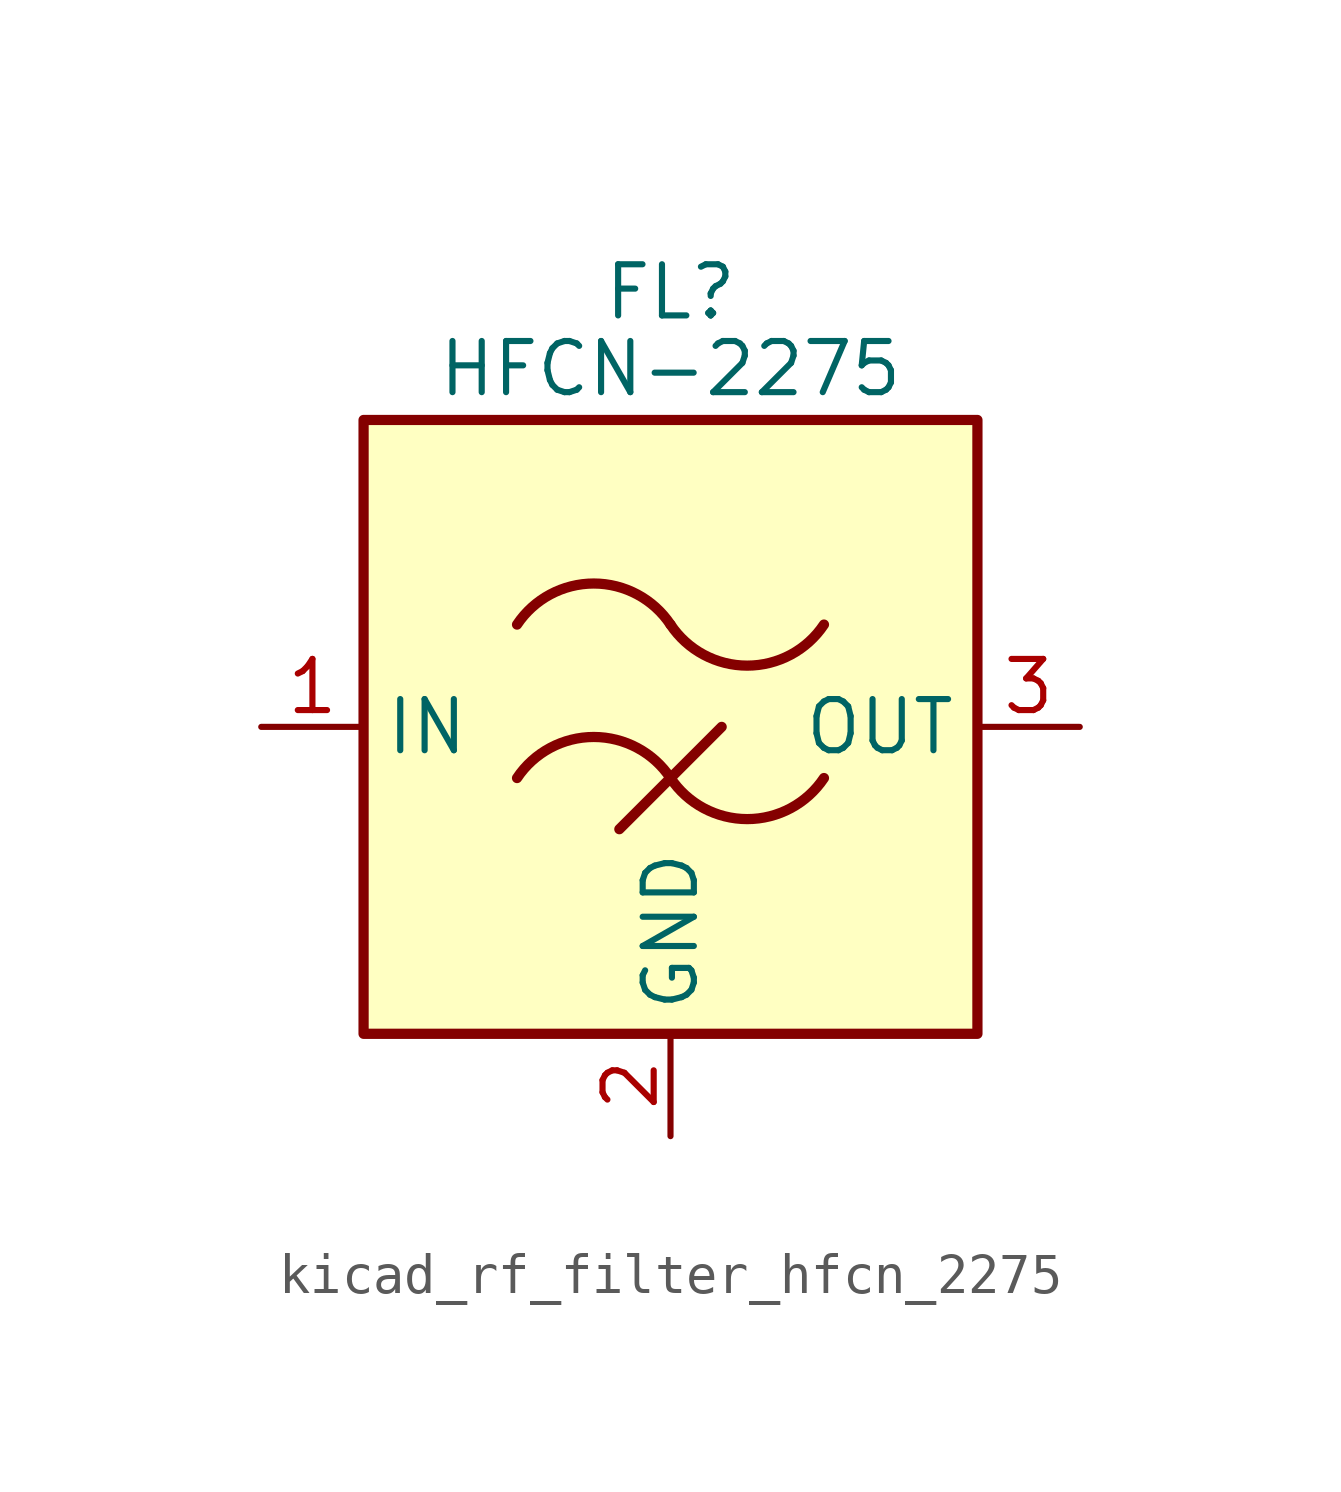
<source format=kicad_sym>
(kicad_symbol_lib
  (version 20220914)
  (generator kicad_symbol_editor)
  (symbol "kicad_rf_filter_hfcn_2275"
    (property "Reference" "FL"
      (at 0 10.795 0)
      (effects (font (size 1.27 1.27))))
    (property "Value" "HFCN-2275"
      (at 0 8.89 0)
      (effects (font (size 1.27 1.27))))
    (symbol "kicad_rf_filter_hfcn_2275_0_1"
      (rectangle (start -7.62 7.62) (end 7.62 -7.62) (stroke (width 0.254) (type default)) (fill (type background)))
      (arc (start 0 -1.27) (mid -1.905 -0.2505) (end -3.81 -1.27) (stroke (width 0.254) (type default)) (fill (type none)))
      (arc (start 0 -1.27) (mid 1.905 -2.2895) (end 3.81 -1.27) (stroke (width 0.254) (type default)) (fill (type none)))
      (polyline (pts (xy -1.27 -2.54) (xy 1.27 0)) (stroke (width 0.254) (type default)) (fill (type none)))
      (arc (start 0 2.54) (mid -1.905 3.5595) (end -3.81 2.54) (stroke (width 0.254) (type default)) (fill (type none)))
      (arc (start 0 2.54) (mid 1.905 1.5205) (end 3.81 2.54) (stroke (width 0.254) (type default)) (fill (type none))))
    (symbol "kicad_rf_filter_hfcn_2275_1_1"
      (pin passive line (at -10.16 0 0) (length 2.54) (name "IN" (effects (font (size 1.27 1.27)))) (number "1" (effects (font (size 1.27 1.27)))))
      (pin passive line (at 0 -10.16 90) (length 2.54) (name "GND" (effects (font (size 1.27 1.27)))) (number "2" (effects (font (size 1.27 1.27)))))
      (pin passive line (at 10.16 0 180) (length 2.54) (name "OUT" (effects (font (size 1.27 1.27)))) (number "3" (effects (font (size 1.27 1.27)))))
      (pin passive line (at 0 -10.16 90) (length 2.54) hide (name "GND" (effects (font (size 1.27 1.27)))) (number "4" (effects (font (size 1.27 1.27))))))))
</source>
